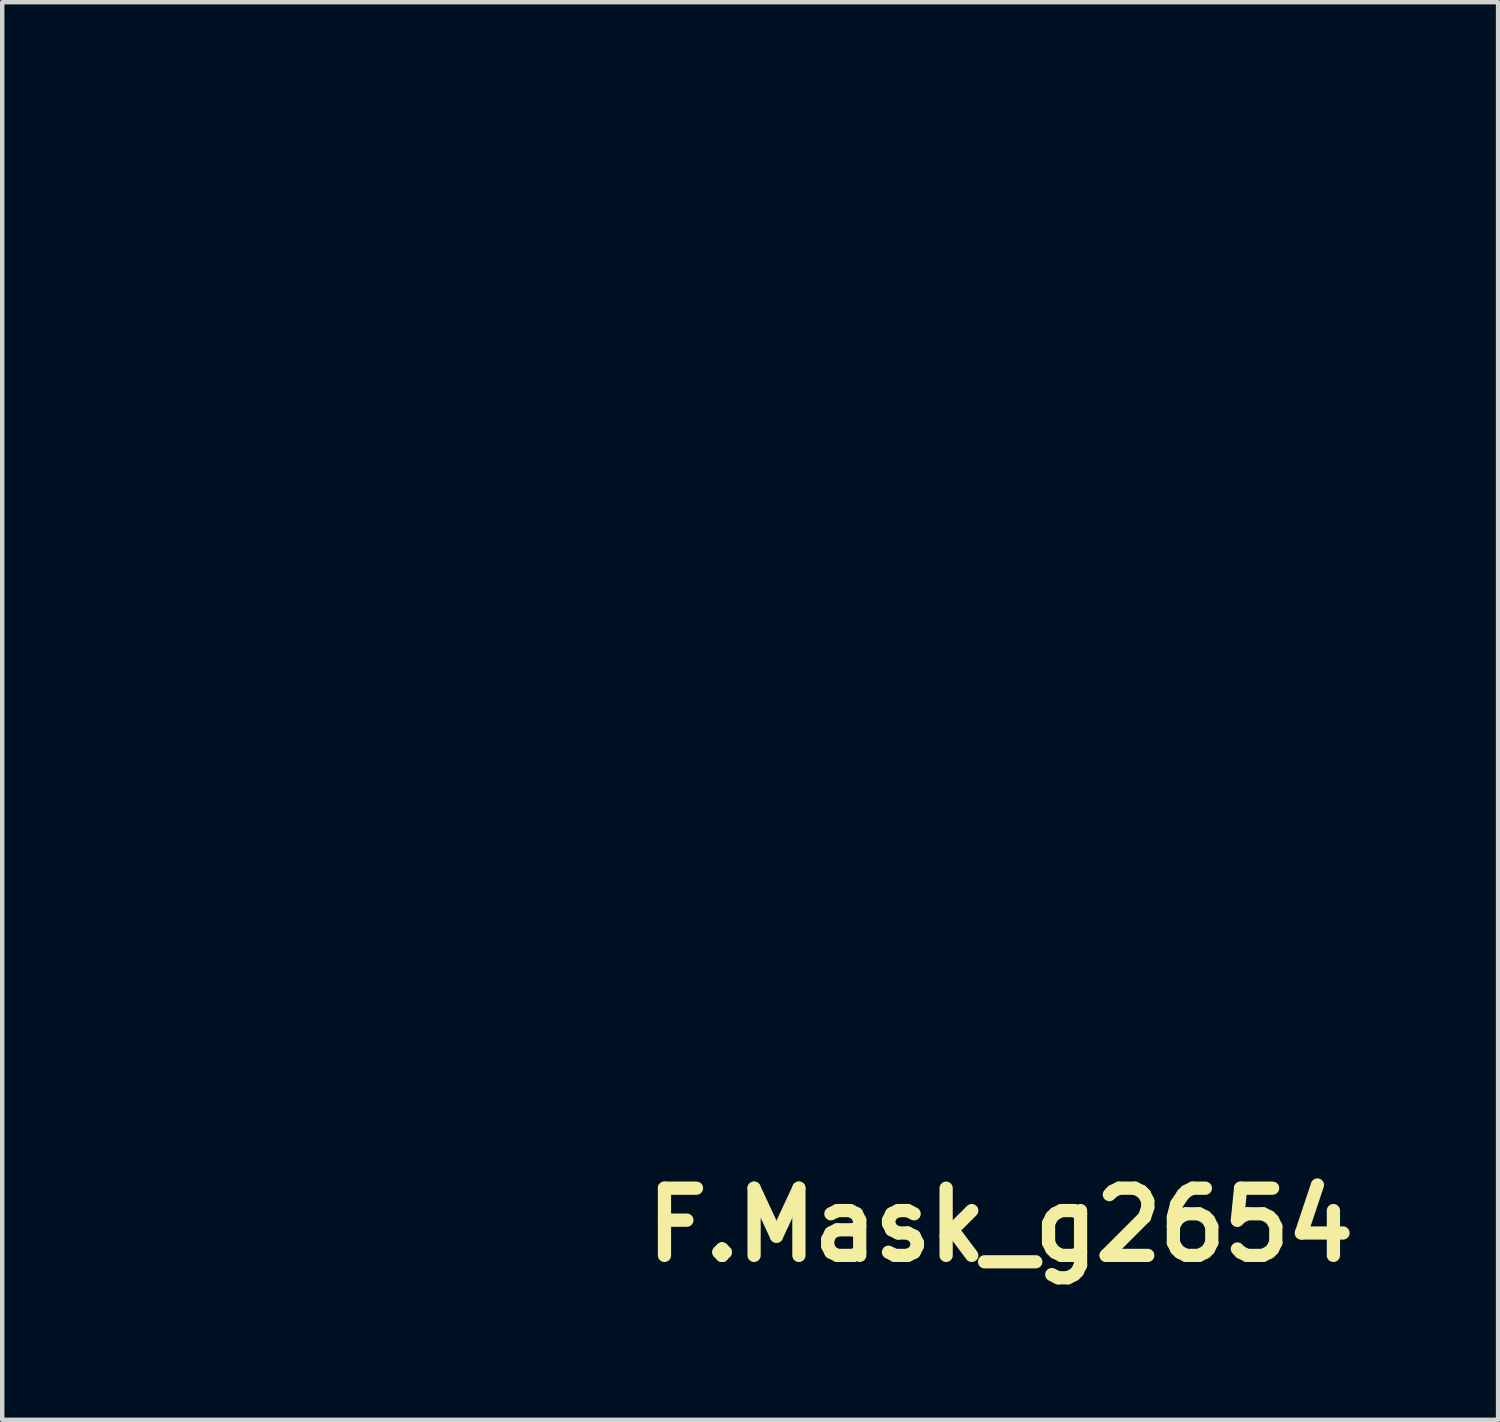
<source format=kicad_pcb>
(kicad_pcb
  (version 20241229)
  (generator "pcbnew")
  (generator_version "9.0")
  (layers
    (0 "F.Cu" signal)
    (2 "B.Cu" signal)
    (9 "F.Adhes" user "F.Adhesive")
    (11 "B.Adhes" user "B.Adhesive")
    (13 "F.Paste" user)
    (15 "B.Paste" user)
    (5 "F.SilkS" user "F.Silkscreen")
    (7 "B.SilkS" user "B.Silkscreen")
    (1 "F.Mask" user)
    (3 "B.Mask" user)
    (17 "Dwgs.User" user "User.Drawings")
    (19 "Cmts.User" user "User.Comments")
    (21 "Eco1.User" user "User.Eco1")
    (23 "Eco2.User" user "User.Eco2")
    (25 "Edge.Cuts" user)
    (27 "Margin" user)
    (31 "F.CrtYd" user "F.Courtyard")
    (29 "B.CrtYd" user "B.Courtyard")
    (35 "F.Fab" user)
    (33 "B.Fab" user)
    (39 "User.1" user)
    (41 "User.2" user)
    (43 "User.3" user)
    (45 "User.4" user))
  (footprint "F.Mask_g2654"
    (layer "F.Cu")
    (at 19.636 24.725)
    (property "Reference" "F.Mask_g2654" (at 0 0 0) (layer "F.SilkS") (effects (font (size 1.524 1.524) (thickness 0.3))))
    (attr through_hole)
    (fp_poly (pts (xy -17.959 -21.626) (xy -17.952 -21.552) (xy -17.952 -21.485) (xy -17.953 -21.472) (xy -17.959 -21.439) (xy -17.973 -21.42) (xy -18.006 -21.409) (xy -18.066 -21.402) (xy -18.105 -21.399) (xy -18.187 -21.397) (xy -18.24 -21.401) (xy -18.258 -21.41) (xy -18.262 -21.441) (xy -18.268 -21.501) (xy -18.272 -21.562) (xy -18.275 -21.633) (xy -18.272 -21.673) (xy -18.258 -21.693) (xy -18.229 -21.702) (xy -18.218 -21.705) (xy -18.155 -21.713) (xy -18.08 -21.717) (xy -18.064 -21.717) (xy -17.973 -21.717) (xy -17.959 -21.626)) (stroke (width 0.01) (type solid)) (fill yes) (layer "F.Mask"))
    (fp_poly (pts (xy -17.58 -24.106) (xy -17.579 -24.106) (xy -17.575 -24.083) (xy -17.569 -24.024) (xy -17.56 -23.935) (xy -17.55 -23.821) (xy -17.539 -23.689) (xy -17.527 -23.544) (xy -17.515 -23.393) (xy -17.503 -23.241) (xy -17.492 -23.094) (xy -17.482 -22.958) (xy -17.474 -22.838) (xy -17.468 -22.742) (xy -17.465 -22.674) (xy -17.464 -22.641) (xy -17.465 -22.639) (xy -17.489 -22.632) (xy -17.544 -22.623) (xy -17.616 -22.615) (xy -17.696 -22.609) (xy -17.742 -22.611) (xy -17.763 -22.622) (xy -17.767 -22.63) (xy -17.771 -22.658) (xy -17.777 -22.722) (xy -17.786 -22.818) (xy -17.796 -22.939) (xy -17.807 -23.079) (xy -17.819 -23.234) (xy -17.822 -23.262) (xy -17.834 -23.424) (xy -17.846 -23.577) (xy -17.857 -23.715) (xy -17.866 -23.831) (xy -17.874 -23.919) (xy -17.879 -23.971) (xy -17.879 -23.974) (xy -17.891 -24.083) (xy -17.739 -24.098) (xy -17.664 -24.105) (xy -17.607 -24.107) (xy -17.58 -24.106)) (stroke (width 0.01) (type solid)) (fill yes) (layer "F.Mask"))
    (fp_poly (pts (xy -16.888 -22.924) (xy -16.869 -22.698) (xy -16.852 -22.482) (xy -16.836 -22.281) (xy -16.822 -22.098) (xy -16.809 -21.938) (xy -16.799 -21.804) (xy -16.792 -21.701) (xy -16.788 -21.634) (xy -16.786 -21.608) (xy -16.785 -21.51) (xy -16.896 -21.498) (xy -16.972 -21.49) (xy -17.071 -21.482) (xy -17.173 -21.473) (xy -17.189 -21.472) (xy -17.372 -21.459) (xy -17.385 -21.54) (xy -17.394 -21.619) (xy -17.399 -21.698) (xy -17.399 -21.701) (xy -17.399 -21.78) (xy -17.288 -21.781) (xy -17.219 -21.785) (xy -17.164 -21.794) (xy -17.146 -21.8) (xy -17.14 -21.809) (xy -17.136 -21.829) (xy -17.133 -21.862) (xy -17.133 -21.913) (xy -17.136 -21.984) (xy -17.141 -22.078) (xy -17.149 -22.199) (xy -17.16 -22.35) (xy -17.174 -22.534) (xy -17.191 -22.755) (xy -17.208 -22.964) (xy -17.225 -23.18) (xy -17.241 -23.383) (xy -17.255 -23.57) (xy -17.266 -23.735) (xy -17.276 -23.877) (xy -17.282 -23.99) (xy -17.286 -24.071) (xy -17.287 -24.115) (xy -17.286 -24.123) (xy -17.259 -24.13) (xy -17.202 -24.136) (xy -17.13 -24.139) (xy -16.988 -24.141) (xy -16.888 -22.924)) (stroke (width 0.01) (type solid)) (fill yes) (layer "F.Mask"))
    (fp_poly (pts (xy -18.164 -24.056) (xy -18.161 -24.034) (xy -18.155 -23.974) (xy -18.146 -23.883) (xy -18.135 -23.764) (xy -18.123 -23.623) (xy -18.11 -23.465) (xy -18.095 -23.295) (xy -18.08 -23.117) (xy -18.066 -22.936) (xy -18.051 -22.758) (xy -18.038 -22.588) (xy -18.025 -22.43) (xy -18.015 -22.29) (xy -18.006 -22.172) (xy -18 -22.081) (xy -17.996 -22.023) (xy -17.996 -22.002) (xy -18.017 -21.999) (xy -18.073 -21.993) (xy -18.156 -21.985) (xy -18.257 -21.976) (xy -18.369 -21.966) (xy -18.485 -21.955) (xy -18.596 -21.946) (xy -18.694 -21.938) (xy -18.772 -21.932) (xy -18.823 -21.929) (xy -18.834 -21.929) (xy -18.849 -21.91) (xy -18.858 -21.862) (xy -18.859 -21.799) (xy -18.853 -21.732) (xy -18.846 -21.701) (xy -18.837 -21.676) (xy -18.818 -21.663) (xy -18.781 -21.66) (xy -18.714 -21.665) (xy -18.691 -21.667) (xy -18.548 -21.68) (xy -18.537 -21.524) (xy -18.532 -21.448) (xy -18.529 -21.392) (xy -18.528 -21.366) (xy -18.528 -21.365) (xy -18.549 -21.363) (xy -18.602 -21.358) (xy -18.675 -21.352) (xy -18.684 -21.351) (xy -18.836 -21.339) (xy -18.851 -21.488) (xy -18.865 -21.637) (xy -18.961 -21.624) (xy -19.028 -21.616) (xy -19.083 -21.612) (xy -19.095 -21.611) (xy -19.116 -21.607) (xy -19.126 -21.59) (xy -19.128 -21.551) (xy -19.123 -21.48) (xy -19.121 -21.463) (xy -19.115 -21.386) (xy -19.115 -21.341) (xy -19.123 -21.321) (xy -19.143 -21.315) (xy -19.158 -21.315) (xy -19.209 -21.312) (xy -19.28 -21.306) (xy -19.32 -21.301) (xy -19.431 -21.288) (xy -19.431 -21.37) (xy -19.435 -21.45) (xy -19.444 -21.53) (xy -19.445 -21.532) (xy -19.458 -21.611) (xy -19.373 -21.611) (xy -19.298 -21.615) (xy -19.228 -21.623) (xy -19.222 -21.624) (xy -19.156 -21.638) (xy -19.17 -21.783) (xy -19.183 -21.929) (xy -19.069 -21.93) (xy -19.008 -21.931) (xy -18.963 -21.934) (xy -18.932 -21.945) (xy -18.912 -21.969) (xy -18.903 -22.013) (xy -18.902 -22.08) (xy -18.908 -22.178) (xy -18.918 -22.31) (xy -18.923 -22.366) (xy -18.933 -22.493) (xy -18.936 -22.521) (xy -18.621 -22.521) (xy -18.62 -22.498) (xy -18.618 -22.493) (xy -18.611 -22.443) (xy -18.606 -22.375) (xy -18.606 -22.355) (xy -18.605 -22.262) (xy -18.479 -22.271) (xy -18.409 -22.278) (xy -18.358 -22.287) (xy -18.339 -22.294) (xy -18.334 -22.32) (xy -18.335 -22.376) (xy -18.34 -22.43) (xy -18.354 -22.553) (xy -18.492 -22.546) (xy -18.566 -22.541) (xy -18.606 -22.534) (xy -18.621 -22.521) (xy -18.936 -22.521) (xy -18.944 -22.605) (xy -18.954 -22.695) (xy -18.962 -22.758) (xy -18.968 -22.785) (xy -18.968 -22.785) (xy -18.993 -22.789) (xy -19.052 -22.788) (xy -19.136 -22.784) (xy -19.237 -22.777) (xy -19.251 -22.775) (xy -19.354 -22.768) (xy -19.44 -22.763) (xy -19.503 -22.762) (xy -19.532 -22.764) (xy -19.533 -22.765) (xy -19.541 -22.791) (xy -19.548 -22.847) (xy -19.554 -22.921) (xy -19.554 -22.922) (xy -19.562 -23.066) (xy -19.364 -23.08) (xy -19.318 -23.084) (xy -18.664 -23.084) (xy -18.661 -23.031) (xy -18.656 -22.973) (xy -18.643 -22.847) (xy -18.513 -22.856) (xy -18.444 -22.861) (xy -18.395 -22.867) (xy -18.378 -22.87) (xy -18.377 -22.891) (xy -18.381 -22.943) (xy -18.387 -23.007) (xy -18.4 -23.141) (xy -18.528 -23.127) (xy -18.596 -23.119) (xy -18.645 -23.111) (xy -18.662 -23.107) (xy -18.664 -23.084) (xy -19.318 -23.084) (xy -19.264 -23.088) (xy -19.169 -23.097) (xy -19.094 -23.104) (xy -19.074 -23.107) (xy -18.982 -23.119) (xy -18.996 -23.281) (xy -19.004 -23.379) (xy -19.014 -23.48) (xy -19.022 -23.556) (xy -19.031 -23.635) (xy -18.711 -23.635) (xy -18.707 -23.562) (xy -18.698 -23.498) (xy -18.688 -23.46) (xy -18.669 -23.439) (xy -18.633 -23.433) (xy -18.569 -23.438) (xy -18.518 -23.444) (xy -18.426 -23.457) (xy -18.433 -23.594) (xy -18.438 -23.668) (xy -18.445 -23.708) (xy -18.458 -23.723) (xy -18.481 -23.721) (xy -18.486 -23.72) (xy -18.536 -23.712) (xy -18.604 -23.707) (xy -18.621 -23.707) (xy -18.678 -23.705) (xy -18.704 -23.693) (xy -18.711 -23.661) (xy -18.711 -23.635) (xy -19.031 -23.635) (xy -19.034 -23.669) (xy -19.27 -23.655) (xy -19.371 -23.649) (xy -19.462 -23.642) (xy -19.53 -23.635) (xy -19.561 -23.631) (xy -19.59 -23.627) (xy -19.607 -23.634) (xy -19.617 -23.662) (xy -19.622 -23.718) (xy -19.626 -23.774) (xy -19.63 -23.85) (xy -19.631 -23.908) (xy -19.63 -23.936) (xy -19.63 -23.937) (xy -19.608 -23.941) (xy -19.549 -23.947) (xy -19.461 -23.956) (xy -19.348 -23.966) (xy -19.216 -23.978) (xy -19.071 -23.99) (xy -18.92 -24.002) (xy -18.768 -24.015) (xy -18.621 -24.026) (xy -18.485 -24.036) (xy -18.365 -24.045) (xy -18.269 -24.052) (xy -18.2 -24.055) (xy -18.167 -24.056) (xy -18.164 -24.056)) (stroke (width 0.01) (type solid)) (fill yes) (layer "F.Mask"))
    (fp_poly (pts (xy -9.96 -24.72) (xy -9.958 -24.698) (xy -9.952 -24.638) (xy -9.943 -24.545) (xy -9.933 -24.423) (xy -9.92 -24.277) (xy -9.906 -24.11) (xy -9.891 -23.927) (xy -9.875 -23.732) (xy -9.858 -23.531) (xy -9.842 -23.326) (xy -9.825 -23.124) (xy -9.809 -22.927) (xy -9.795 -22.74) (xy -9.781 -22.569) (xy -9.769 -22.416) (xy -9.76 -22.287) (xy -9.752 -22.186) (xy -9.748 -22.116) (xy -9.746 -22.084) (xy -9.746 -22.082) (xy -9.769 -22.078) (xy -9.824 -22.071) (xy -9.902 -22.064) (xy -9.994 -22.057) (xy -10.092 -22.049) (xy -10.184 -22.043) (xy -10.262 -22.038) (xy -10.317 -22.036) (xy -10.338 -22.037) (xy -10.344 -22.061) (xy -10.352 -22.115) (xy -10.36 -22.189) (xy -10.361 -22.198) (xy -10.376 -22.35) (xy -10.231 -22.356) (xy -10.086 -22.363) (xy -10.093 -22.49) (xy -10.099 -22.558) (xy -10.105 -22.608) (xy -10.109 -22.625) (xy -10.131 -22.626) (xy -10.188 -22.624) (xy -10.271 -22.62) (xy -10.372 -22.613) (xy -10.482 -22.605) (xy -10.595 -22.597) (xy -10.703 -22.588) (xy -10.796 -22.579) (xy -10.858 -22.573) (xy -10.954 -22.561) (xy -10.932 -22.274) (xy -10.923 -22.142) (xy -10.921 -22.051) (xy -10.924 -21.997) (xy -10.932 -21.981) (xy -10.963 -21.976) (xy -11.023 -21.97) (xy -11.084 -21.966) (xy -11.215 -21.958) (xy -11.226 -22.023) (xy -11.232 -22.071) (xy -11.24 -22.149) (xy -11.247 -22.245) (xy -11.252 -22.317) (xy -11.267 -22.546) (xy -11.354 -22.535) (xy -11.405 -22.529) (xy -11.488 -22.522) (xy -11.595 -22.513) (xy -11.715 -22.503) (xy -11.786 -22.498) (xy -12.132 -22.472) (xy -12.121 -22.407) (xy -12.114 -22.358) (xy -12.107 -22.28) (xy -12.1 -22.184) (xy -12.095 -22.117) (xy -12.081 -21.893) (xy -12.195 -21.879) (xy -12.284 -21.869) (xy -12.339 -21.867) (xy -12.371 -21.874) (xy -12.386 -21.892) (xy -12.392 -21.913) (xy -12.397 -21.949) (xy -12.404 -22.021) (xy -12.413 -22.124) (xy -12.425 -22.256) (xy -12.438 -22.41) (xy -12.452 -22.582) (xy -12.467 -22.769) (xy -12.482 -22.966) (xy -12.498 -23.168) (xy -12.511 -23.341) (xy -12.197 -23.341) (xy -12.184 -23.191) (xy -12.174 -23.09) (xy -12.165 -22.984) (xy -12.158 -22.913) (xy -12.146 -22.786) (xy -11.736 -22.818) (xy -11.609 -22.829) (xy -11.496 -22.84) (xy -11.405 -22.85) (xy -11.341 -22.858) (xy -11.313 -22.864) (xy -11.312 -22.865) (xy -11.309 -22.89) (xy -11.309 -22.947) (xy -11.312 -23.027) (xy -11.317 -23.118) (xy -11.324 -23.21) (xy -11.333 -23.295) (xy -11.341 -23.36) (xy -11.349 -23.398) (xy -11.351 -23.402) (xy -11.375 -23.404) (xy -11.434 -23.403) (xy -11.52 -23.4) (xy -11.624 -23.394) (xy -11.741 -23.385) (xy -11.861 -23.376) (xy -11.978 -23.365) (xy -12.083 -23.354) (xy -12.197 -23.341) (xy -12.511 -23.341) (xy -12.513 -23.37) (xy -12.518 -23.443) (xy -11.032 -23.443) (xy -11.02 -23.337) (xy -11.012 -23.263) (xy -11.003 -23.166) (xy -10.995 -23.066) (xy -10.994 -23.056) (xy -10.985 -22.967) (xy -10.976 -22.914) (xy -10.962 -22.888) (xy -10.946 -22.881) (xy -10.914 -22.883) (xy -10.848 -22.888) (xy -10.755 -22.896) (xy -10.644 -22.906) (xy -10.562 -22.913) (xy -10.442 -22.923) (xy -10.335 -22.932) (xy -10.248 -22.939) (xy -10.189 -22.944) (xy -10.17 -22.944) (xy -10.153 -22.946) (xy -10.142 -22.956) (xy -10.136 -22.98) (xy -10.136 -23.025) (xy -10.14 -23.098) (xy -10.148 -23.206) (xy -10.149 -23.218) (xy -10.158 -23.321) (xy -10.167 -23.408) (xy -10.175 -23.47) (xy -10.181 -23.5) (xy -10.181 -23.501) (xy -10.205 -23.502) (xy -10.264 -23.5) (xy -10.352 -23.495) (xy -10.462 -23.488) (xy -10.589 -23.478) (xy -10.612 -23.477) (xy -11.032 -23.443) (xy -12.518 -23.443) (xy -12.528 -23.569) (xy -12.542 -23.76) (xy -12.555 -23.939) (xy -12.566 -24.101) (xy -12.575 -24.225) (xy -12.245 -24.225) (xy -12.24 -23.992) (xy -12.236 -23.864) (xy -12.23 -23.773) (xy -12.222 -23.713) (xy -12.209 -23.679) (xy -12.193 -23.665) (xy -12.186 -23.664) (xy -12.157 -23.666) (xy -12.094 -23.671) (xy -12.002 -23.678) (xy -11.89 -23.687) (xy -11.769 -23.697) (xy -11.645 -23.708) (xy -11.537 -23.718) (xy -11.451 -23.727) (xy -11.393 -23.733) (xy -11.371 -23.737) (xy -11.371 -23.759) (xy -11.374 -23.813) (xy -11.379 -23.89) (xy -11.386 -23.979) (xy -11.393 -24.073) (xy -11.401 -24.16) (xy -11.408 -24.232) (xy -11.41 -24.248) (xy -11.086 -24.248) (xy -11.085 -24.17) (xy -11.08 -24.076) (xy -11.072 -23.974) (xy -11.061 -23.874) (xy -11.056 -23.838) (xy -11.046 -23.781) (xy -11.031 -23.757) (xy -11.003 -23.755) (xy -10.988 -23.757) (xy -10.949 -23.763) (xy -10.876 -23.77) (xy -10.777 -23.778) (xy -10.662 -23.787) (xy -10.583 -23.793) (xy -10.466 -23.803) (xy -10.362 -23.812) (xy -10.282 -23.822) (xy -10.23 -23.83) (xy -10.216 -23.834) (xy -10.213 -23.859) (xy -10.212 -23.915) (xy -10.215 -23.994) (xy -10.22 -24.085) (xy -10.227 -24.179) (xy -10.235 -24.264) (xy -10.243 -24.332) (xy -10.25 -24.372) (xy -10.253 -24.378) (xy -10.275 -24.379) (xy -10.333 -24.376) (xy -10.42 -24.371) (xy -10.529 -24.363) (xy -10.653 -24.353) (xy -10.66 -24.353) (xy -10.786 -24.343) (xy -10.898 -24.334) (xy -10.988 -24.327) (xy -11.051 -24.322) (xy -11.078 -24.321) (xy -11.078 -24.32) (xy -11.084 -24.301) (xy -11.086 -24.248) (xy -11.41 -24.248) (xy -11.414 -24.278) (xy -11.416 -24.29) (xy -11.437 -24.289) (xy -11.494 -24.285) (xy -11.58 -24.278) (xy -11.689 -24.27) (xy -11.814 -24.26) (xy -11.832 -24.258) (xy -12.245 -24.225) (xy -12.575 -24.225) (xy -12.576 -24.241) (xy -12.583 -24.356) (xy -12.588 -24.44) (xy -12.59 -24.49) (xy -12.589 -24.502) (xy -12.566 -24.506) (xy -12.506 -24.513) (xy -12.412 -24.522) (xy -12.29 -24.533) (xy -12.143 -24.547) (xy -11.975 -24.562) (xy -11.792 -24.577) (xy -11.598 -24.594) (xy -11.396 -24.611) (xy -11.192 -24.628) (xy -10.99 -24.644) (xy -10.794 -24.66) (xy -10.608 -24.675) (xy -10.437 -24.688) (xy -10.286 -24.7) (xy -10.158 -24.709) (xy -10.059 -24.716) (xy -9.992 -24.72) (xy -9.962 -24.72) (xy -9.96 -24.72)) (stroke (width 0.01) (type solid)) (fill yes) (layer "F.Mask"))
    (fp_poly (pts (xy -14.046 -24.252) (xy -14.033 -24.105) (xy -14.023 -23.994) (xy -14.015 -23.916) (xy -14.008 -23.863) (xy -14 -23.832) (xy -13.991 -23.817) (xy -13.98 -23.812) (xy -13.964 -23.812) (xy -13.951 -23.813) (xy -13.892 -23.816) (xy -13.822 -23.825) (xy -13.817 -23.826) (xy -13.737 -23.839) (xy -13.764 -24.13) (xy -13.682 -24.13) (xy -13.603 -24.134) (xy -13.526 -24.143) (xy -13.523 -24.143) (xy -13.447 -24.156) (xy -13.432 -23.947) (xy -13.425 -23.844) (xy -13.416 -23.746) (xy -13.409 -23.666) (xy -13.406 -23.641) (xy -13.394 -23.544) (xy -13.535 -23.532) (xy -13.607 -23.525) (xy -13.661 -23.519) (xy -13.683 -23.513) (xy -13.684 -23.491) (xy -13.681 -23.432) (xy -13.675 -23.342) (xy -13.667 -23.227) (xy -13.657 -23.092) (xy -13.645 -22.945) (xy -13.599 -22.384) (xy -13.457 -22.39) (xy -13.385 -22.393) (xy -13.333 -22.393) (xy -13.312 -22.39) (xy -13.312 -22.39) (xy -13.306 -22.359) (xy -13.3 -22.297) (xy -13.292 -22.214) (xy -13.285 -22.119) (xy -13.278 -22.022) (xy -13.273 -21.932) (xy -13.269 -21.859) (xy -13.268 -21.811) (xy -13.27 -21.799) (xy -13.296 -21.79) (xy -13.352 -21.783) (xy -13.423 -21.777) (xy -13.565 -21.768) (xy -13.576 -21.833) (xy -13.581 -21.88) (xy -13.589 -21.958) (xy -13.596 -22.054) (xy -13.601 -22.127) (xy -13.616 -22.357) (xy -13.711 -22.344) (xy -13.779 -22.336) (xy -13.836 -22.331) (xy -13.849 -22.331) (xy -13.87 -22.328) (xy -13.882 -22.313) (xy -13.884 -22.276) (xy -13.879 -22.209) (xy -13.876 -22.183) (xy -13.87 -22.102) (xy -13.872 -22.055) (xy -13.882 -22.036) (xy -13.889 -22.034) (xy -13.919 -22.032) (xy -13.983 -22.027) (xy -14.074 -22.02) (xy -14.185 -22.011) (xy -14.277 -22.003) (xy -14.399 -21.993) (xy -14.51 -21.984) (xy -14.601 -21.977) (xy -14.664 -21.972) (xy -14.687 -21.971) (xy -14.713 -21.969) (xy -14.727 -21.956) (xy -14.732 -21.924) (xy -14.731 -21.863) (xy -14.728 -21.823) (xy -14.727 -21.739) (xy -14.732 -21.687) (xy -14.742 -21.674) (xy -14.768 -21.672) (xy -14.831 -21.667) (xy -14.924 -21.659) (xy -15.042 -21.649) (xy -15.18 -21.638) (xy -15.331 -21.625) (xy -15.332 -21.625) (xy -15.531 -21.61) (xy -15.687 -21.599) (xy -15.802 -21.594) (xy -15.875 -21.593) (xy -15.906 -21.598) (xy -15.907 -21.6) (xy -15.911 -21.628) (xy -15.917 -21.689) (xy -15.925 -21.775) (xy -15.934 -21.88) (xy -15.943 -21.994) (xy -15.952 -22.112) (xy -15.955 -22.153) (xy -15.636 -22.153) (xy -15.634 -22.1) (xy -15.629 -22.043) (xy -15.616 -21.918) (xy -15.338 -21.939) (xy -15.06 -21.96) (xy -15.067 -22.087) (xy -15.073 -22.156) (xy -15.078 -22.205) (xy -15.082 -22.222) (xy -15.105 -22.224) (xy -15.161 -22.222) (xy -15.238 -22.217) (xy -15.329 -22.211) (xy -15.422 -22.203) (xy -15.509 -22.195) (xy -15.579 -22.187) (xy -15.623 -22.181) (xy -15.633 -22.178) (xy -15.636 -22.153) (xy -15.955 -22.153) (xy -15.96 -22.224) (xy -15.968 -22.324) (xy -15.973 -22.403) (xy -15.975 -22.454) (xy -15.975 -22.47) (xy -15.958 -22.472) (xy -14.78 -22.472) (xy -14.778 -22.414) (xy -14.771 -22.288) (xy -14.647 -22.288) (xy -14.578 -22.292) (xy -14.527 -22.301) (xy -14.509 -22.311) (xy -14.503 -22.344) (xy -14.505 -22.403) (xy -14.509 -22.449) (xy -14.523 -22.564) (xy -14.612 -22.563) (xy -14.697 -22.561) (xy -14.748 -22.55) (xy -14.773 -22.523) (xy -14.78 -22.472) (xy -15.958 -22.472) (xy -15.954 -22.473) (xy -15.897 -22.478) (xy -15.811 -22.486) (xy -15.704 -22.495) (xy -15.58 -22.506) (xy -15.448 -22.517) (xy -15.314 -22.528) (xy -15.185 -22.538) (xy -15.067 -22.548) (xy -14.967 -22.555) (xy -14.891 -22.561) (xy -14.847 -22.564) (xy -14.84 -22.564) (xy -14.827 -22.571) (xy -14.201 -22.571) (xy -14.198 -22.519) (xy -14.192 -22.456) (xy -14.177 -22.325) (xy -14.051 -22.337) (xy -13.983 -22.344) (xy -13.935 -22.351) (xy -13.918 -22.355) (xy -13.917 -22.379) (xy -13.918 -22.432) (xy -13.922 -22.491) (xy -13.932 -22.619) (xy -14.062 -22.61) (xy -14.132 -22.604) (xy -14.182 -22.598) (xy -14.2 -22.594) (xy -14.201 -22.571) (xy -14.827 -22.571) (xy -14.824 -22.573) (xy -14.818 -22.605) (xy -14.82 -22.669) (xy -14.822 -22.692) (xy -14.83 -22.762) (xy -14.838 -22.812) (xy -14.843 -22.83) (xy -14.866 -22.831) (xy -14.925 -22.828) (xy -15.014 -22.823) (xy -15.128 -22.815) (xy -15.261 -22.805) (xy -15.358 -22.797) (xy -15.54 -22.781) (xy -15.684 -22.769) (xy -15.794 -22.761) (xy -15.876 -22.757) (xy -15.934 -22.759) (xy -15.971 -22.766) (xy -15.993 -22.781) (xy -16.004 -22.802) (xy -16.009 -22.832) (xy -16.011 -22.87) (xy -16.014 -22.894) (xy -16.02 -22.983) (xy -16.014 -23.034) (xy -16.004 -23.049) (xy -15.977 -23.055) (xy -15.914 -23.063) (xy -15.821 -23.073) (xy -15.705 -23.083) (xy -15.571 -23.095) (xy -15.488 -23.101) (xy -15.344 -23.112) (xy -15.209 -23.123) (xy -15.091 -23.133) (xy -14.998 -23.141) (xy -14.936 -23.148) (xy -14.919 -23.15) (xy -14.841 -23.161) (xy -14.826 -23.009) (xy -14.811 -22.857) (xy -14.713 -22.869) (xy -14.657 -22.874) (xy -14.569 -22.882) (xy -14.46 -22.892) (xy -14.34 -22.901) (xy -14.293 -22.905) (xy -13.97 -22.93) (xy -13.972 -23.038) (xy -13.974 -23.118) (xy -13.98 -23.209) (xy -13.987 -23.301) (xy -13.996 -23.383) (xy -14.004 -23.446) (xy -14.012 -23.48) (xy -14.013 -23.482) (xy -14.036 -23.482) (xy -14.096 -23.479) (xy -14.191 -23.474) (xy -14.315 -23.465) (xy -14.465 -23.454) (xy -14.636 -23.442) (xy -14.825 -23.427) (xy -15.026 -23.411) (xy -15.029 -23.411) (xy -15.23 -23.395) (xy -15.419 -23.38) (xy -15.59 -23.366) (xy -15.74 -23.355) (xy -15.864 -23.346) (xy -15.958 -23.34) (xy -16.018 -23.336) (xy -16.04 -23.336) (xy -16.04 -23.336) (xy -16.046 -23.36) (xy -16.053 -23.416) (xy -16.062 -23.494) (xy -16.07 -23.584) (xy -16.077 -23.676) (xy -16.083 -23.76) (xy -16.086 -23.827) (xy -16.086 -23.839) (xy -16.085 -23.9) (xy -16.076 -23.929) (xy -16.05 -23.939) (xy -16.015 -23.939) (xy -15.94 -23.944) (xy -15.875 -23.953) (xy -15.806 -23.967) (xy -15.832 -24.251) (xy -15.669 -24.265) (xy -15.563 -24.274) (xy -15.449 -24.284) (xy -15.362 -24.292) (xy -15.219 -24.305) (xy -15.219 -24.233) (xy -15.215 -24.16) (xy -15.206 -24.084) (xy -15.205 -24.084) (xy -15.193 -24.006) (xy -15.047 -24.018) (xy -14.901 -24.03) (xy -14.901 -23.937) (xy -14.898 -23.867) (xy -14.89 -23.806) (xy -14.887 -23.794) (xy -14.874 -23.744) (xy -14.618 -23.759) (xy -14.517 -23.766) (xy -14.432 -23.775) (xy -14.371 -23.784) (xy -14.343 -23.792) (xy -14.343 -23.792) (xy -14.337 -23.82) (xy -14.336 -23.883) (xy -14.339 -23.974) (xy -14.347 -24.08) (xy -14.355 -24.183) (xy -14.36 -24.269) (xy -14.362 -24.331) (xy -14.36 -24.361) (xy -14.359 -24.362) (xy -14.334 -24.369) (xy -14.278 -24.377) (xy -14.204 -24.384) (xy -14.203 -24.384) (xy -14.059 -24.395) (xy -14.046 -24.252)) (stroke (width 0.01) (type solid)) (fill yes) (layer "F.Mask")))
  (gr_rect
    (start -3 -3)
    (end 30.917 29.143)
    (stroke (width 0.1) (type default))
    (fill no)
    (layer "Edge.Cuts")))
</source>
